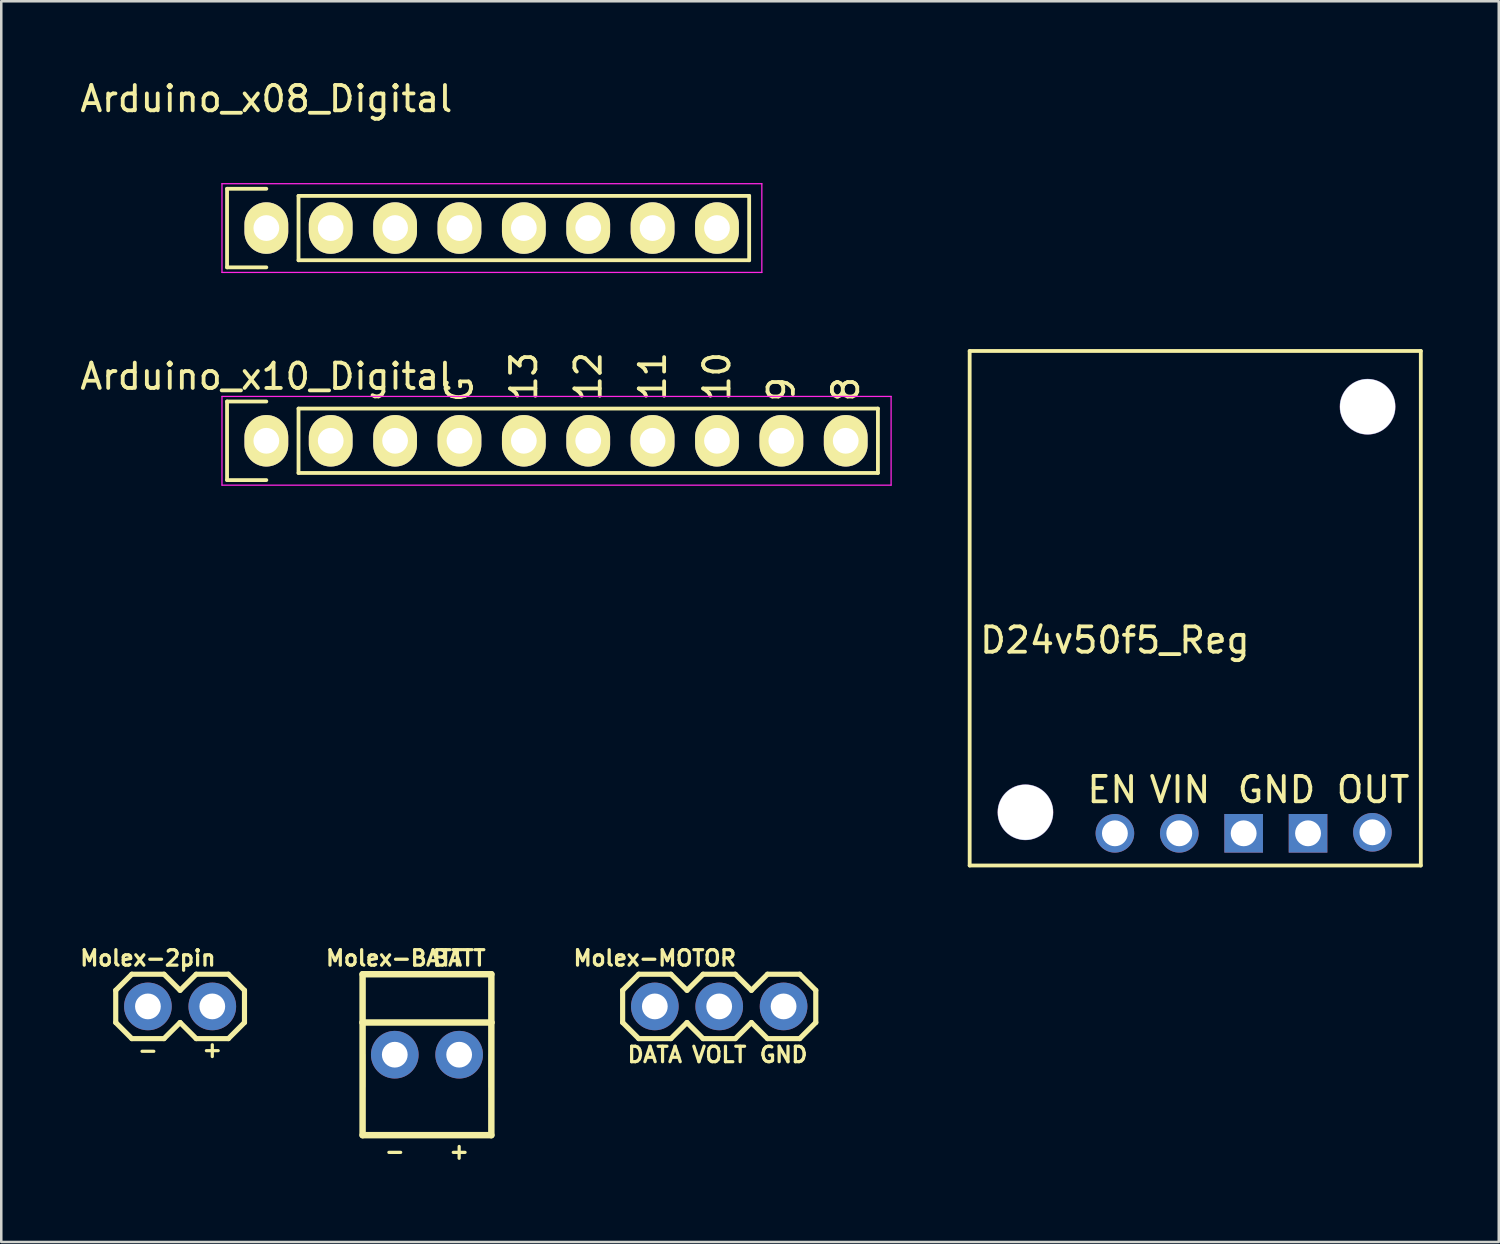
<source format=kicad_pcb>
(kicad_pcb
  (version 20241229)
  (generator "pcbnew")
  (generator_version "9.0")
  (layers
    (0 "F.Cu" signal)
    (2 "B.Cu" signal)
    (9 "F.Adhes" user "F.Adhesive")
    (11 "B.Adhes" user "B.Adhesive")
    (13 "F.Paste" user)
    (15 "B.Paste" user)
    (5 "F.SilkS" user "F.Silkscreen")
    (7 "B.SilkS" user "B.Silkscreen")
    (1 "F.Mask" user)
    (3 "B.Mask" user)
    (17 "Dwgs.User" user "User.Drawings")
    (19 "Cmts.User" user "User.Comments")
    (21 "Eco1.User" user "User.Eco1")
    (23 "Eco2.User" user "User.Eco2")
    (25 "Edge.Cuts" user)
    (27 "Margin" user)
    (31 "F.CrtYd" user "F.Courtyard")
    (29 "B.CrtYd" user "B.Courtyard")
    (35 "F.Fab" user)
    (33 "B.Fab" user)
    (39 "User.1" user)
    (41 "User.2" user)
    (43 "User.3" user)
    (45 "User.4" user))
  (footprint "Molex-MOTOR"
    (layer "F.Cu")
    (at 22.786 36.658)
    (property "Reference" "Molex-MOTOR" (at 0 -1.905 0) (layer "F.SilkS") (effects (font (size 0.61 0.61) (thickness 0.127))))
    (attr exclude_from_pos_files exclude_from_bom)
    (fp_line (start -1.27 -0.635) (end -1.27 0.635) (stroke (width 0.203) (type solid)) (layer "F.SilkS"))
    (fp_line (start -1.27 0.635) (end -0.635 1.27) (stroke (width 0.203) (type solid)) (layer "F.SilkS"))
    (fp_line (start -0.635 -1.27) (end -1.27 -0.635) (stroke (width 0.203) (type solid)) (layer "F.SilkS"))
    (fp_line (start -0.635 -1.27) (end 0.635 -1.27) (stroke (width 0.203) (type solid)) (layer "F.SilkS"))
    (fp_line (start 0.635 -1.27) (end 1.27 -0.635) (stroke (width 0.203) (type solid)) (layer "F.SilkS"))
    (fp_line (start 0.635 1.27) (end -0.635 1.27) (stroke (width 0.203) (type solid)) (layer "F.SilkS"))
    (fp_line (start 1.27 -0.635) (end 1.905 -1.27) (stroke (width 0.203) (type solid)) (layer "F.SilkS"))
    (fp_line (start 1.27 0.635) (end 0.635 1.27) (stroke (width 0.203) (type solid)) (layer "F.SilkS"))
    (fp_line (start 1.905 -1.27) (end 3.175 -1.27) (stroke (width 0.203) (type solid)) (layer "F.SilkS"))
    (fp_line (start 1.905 1.27) (end 1.27 0.635) (stroke (width 0.203) (type solid)) (layer "F.SilkS"))
    (fp_line (start 3.175 -1.27) (end 3.81 -0.635) (stroke (width 0.203) (type solid)) (layer "F.SilkS"))
    (fp_line (start 3.175 1.27) (end 1.905 1.27) (stroke (width 0.203) (type solid)) (layer "F.SilkS"))
    (fp_line (start 3.81 -0.635) (end 4.445 -1.27) (stroke (width 0.203) (type solid)) (layer "F.SilkS"))
    (fp_line (start 3.81 0.635) (end 3.175 1.27) (stroke (width 0.203) (type solid)) (layer "F.SilkS"))
    (fp_line (start 4.445 -1.27) (end 5.715 -1.27) (stroke (width 0.203) (type solid)) (layer "F.SilkS"))
    (fp_line (start 4.445 1.27) (end 3.81 0.635) (stroke (width 0.203) (type solid)) (layer "F.SilkS"))
    (fp_line (start 5.715 -1.27) (end 6.35 -0.635) (stroke (width 0.203) (type solid)) (layer "F.SilkS"))
    (fp_line (start 5.715 1.27) (end 4.445 1.27) (stroke (width 0.203) (type solid)) (layer "F.SilkS"))
    (fp_line (start 6.35 -0.635) (end 6.35 0.635) (stroke (width 0.203) (type solid)) (layer "F.SilkS"))
    (fp_line (start 6.35 0.635) (end 5.715 1.27) (stroke (width 0.203) (type solid)) (layer "F.SilkS"))
    (fp_line (start -0.254 -0.254) (end 0.254 -0.254) (stroke (width 0.066) (type solid)) (layer "Dwgs.User"))
    (fp_line (start -0.254 0.254) (end -0.254 -0.254) (stroke (width 0.066) (type solid)) (layer "Dwgs.User"))
    (fp_line (start -0.254 0.254) (end 0.254 0.254) (stroke (width 0.066) (type solid)) (layer "Dwgs.User"))
    (fp_line (start 0.254 0.254) (end 0.254 -0.254) (stroke (width 0.066) (type solid)) (layer "Dwgs.User"))
    (fp_line (start 2.286 -0.254) (end 2.794 -0.254) (stroke (width 0.066) (type solid)) (layer "Dwgs.User"))
    (fp_line (start 2.286 0.254) (end 2.286 -0.254) (stroke (width 0.066) (type solid)) (layer "Dwgs.User"))
    (fp_line (start 2.286 0.254) (end 2.794 0.254) (stroke (width 0.066) (type solid)) (layer "Dwgs.User"))
    (fp_line (start 2.794 0.254) (end 2.794 -0.254) (stroke (width 0.066) (type solid)) (layer "Dwgs.User"))
    (fp_line (start 4.826 -0.254) (end 5.334 -0.254) (stroke (width 0.066) (type solid)) (layer "Dwgs.User"))
    (fp_line (start 4.826 0.254) (end 4.826 -0.254) (stroke (width 0.066) (type solid)) (layer "Dwgs.User"))
    (fp_line (start 4.826 0.254) (end 5.334 0.254) (stroke (width 0.066) (type solid)) (layer "Dwgs.User"))
    (fp_line (start 5.334 0.254) (end 5.334 -0.254) (stroke (width 0.066) (type solid)) (layer "Dwgs.User"))
    (fp_text user "DATA" (at 0 1.905 0) (layer "F.SilkS") (effects (font (size 0.61 0.61) (thickness 0.127))))
    (fp_text user "VOLT" (at 2.54 1.905 0) (layer "F.SilkS") (effects (font (size 0.61 0.61) (thickness 0.127))))
    (fp_text user "GND" (at 5.08 1.905 0) (layer "F.SilkS") (effects (font (size 0.61 0.61) (thickness 0.127))))
    (pad "1" thru_hole circle (at 0 0) (size 1.88 1.88) (drill 1.016) (layers "*.Cu" "*.Mask"))
    (pad "2" thru_hole circle (at 2.54 0) (size 1.88 1.88) (drill 1.016) (layers "*.Cu" "*.Mask"))
    (pad "3" thru_hole circle (at 5.08 0) (size 1.88 1.88) (drill 1.016) (layers "*.Cu" "*.Mask")))
  (footprint "Arduino_x10_Digital"
    (layer "F.Cu")
    (at 7.458 14.341)
    (property "Reference" "Arduino_x10_Digital" (at 0 -2.54 0) (layer "F.SilkS") (effects (font (size 1 1) (thickness 0.15))))
    (attr through_hole)
    (fp_line (start -1.55 -1.55) (end -1.55 1.55) (stroke (width 0.15) (type solid)) (layer "F.SilkS"))
    (fp_line (start -1.55 1.55) (end 0 1.55) (stroke (width 0.15) (type solid)) (layer "F.SilkS"))
    (fp_line (start 0 -1.55) (end -1.55 -1.55) (stroke (width 0.15) (type solid)) (layer "F.SilkS"))
    (fp_line (start 1.27 1.27) (end 1.27 -1.27) (stroke (width 0.15) (type solid)) (layer "F.SilkS"))
    (fp_line (start 1.27 1.27) (end 24.13 1.27) (stroke (width 0.15) (type solid)) (layer "F.SilkS"))
    (fp_line (start 24.13 -1.27) (end 1.27 -1.27) (stroke (width 0.15) (type solid)) (layer "F.SilkS"))
    (fp_line (start 24.13 1.27) (end 24.13 -1.27) (stroke (width 0.15) (type solid)) (layer "F.SilkS"))
    (fp_line (start -1.75 -1.75) (end -1.75 1.75) (stroke (width 0.05) (type solid)) (layer "F.CrtYd"))
    (fp_line (start -1.75 -1.75) (end 24.65 -1.75) (stroke (width 0.05) (type solid)) (layer "F.CrtYd"))
    (fp_line (start -1.75 1.75) (end 24.65 1.75) (stroke (width 0.05) (type solid)) (layer "F.CrtYd"))
    (fp_line (start 24.65 -1.75) (end 24.65 1.75) (stroke (width 0.05) (type solid)) (layer "F.CrtYd"))
    (fp_text user "9" (at 20.32 -2.032 90) (layer "F.SilkS") (effects (font (size 1 1) (thickness 0.15))))
    (fp_text user "11" (at 15.24 -2.54 90) (layer "F.SilkS") (effects (font (size 1 1) (thickness 0.15))))
    (fp_text user "12" (at 12.7 -2.54 90) (layer "F.SilkS") (effects (font (size 1 1) (thickness 0.15))))
    (fp_text user "13" (at 10.16 -2.54 90) (layer "F.SilkS") (effects (font (size 1 1) (thickness 0.15))))
    (fp_text user "G" (at 7.62 -2.032 90) (layer "F.SilkS") (effects (font (size 1 1) (thickness 0.15))))
    (fp_text user "8" (at 22.86 -2.032 90) (layer "F.SilkS") (effects (font (size 1 1) (thickness 0.15))))
    (fp_text user "10" (at 17.78 -2.54 90) (layer "F.SilkS") (effects (font (size 1 1) (thickness 0.15))))
    (pad "8" thru_hole oval (at 22.86 0) (size 1.727 2.032) (drill 1.016) (layers "*.Cu" "*.Mask" "F.SilkS"))
    (pad "9(**)" thru_hole oval (at 20.32 0) (size 1.727 2.032) (drill 1.016) (layers "*.Cu" "*.Mask" "F.SilkS"))
    (pad "10(**/SS)" thru_hole oval (at 17.78 0) (size 1.727 2.032) (drill 1.016) (layers "*.Cu" "*.Mask" "F.SilkS"))
    (pad "11(**/MOSI)" thru_hole oval (at 15.24 0) (size 1.727 2.032) (drill 1.016) (layers "*.Cu" "*.Mask" "F.SilkS"))
    (pad "12(MISO)" thru_hole oval (at 12.7 0) (size 1.727 2.032) (drill 1.016) (layers "*.Cu" "*.Mask" "F.SilkS"))
    (pad "13(SCK)" thru_hole oval (at 10.16 0) (size 1.727 2.032) (drill 1.016) (layers "*.Cu" "*.Mask" "F.SilkS"))
    (pad "A4(SDA)" thru_hole oval (at 2.54 0) (size 1.727 2.032) (drill 1.016) (layers "*.Cu" "*.Mask" "F.SilkS"))
    (pad "A5(SCL)" thru_hole oval (at 0 0) (size 1.727 2.032) (drill 1.016) (layers "*.Cu" "*.Mask" "F.SilkS"))
    (pad "AREF" thru_hole oval (at 5.08 0) (size 1.727 2.032) (drill 1.016) (layers "*.Cu" "*.Mask" "F.SilkS"))
    (pad "GND" thru_hole oval (at 7.62 0) (size 1.727 2.032) (drill 1.016) (layers "*.Cu" "*.Mask" "F.SilkS")))
  (footprint "Arduino_x08_Digital"
    (layer "F.Cu")
    (at 7.458 5.948)
    (property "Reference" "Arduino_x08_Digital" (at 0 -5.1 0) (layer "F.SilkS") (effects (font (size 1 1) (thickness 0.15))))
    (attr through_hole)
    (fp_line (start -1.55 -1.55) (end -1.55 1.55) (stroke (width 0.15) (type solid)) (layer "F.SilkS"))
    (fp_line (start -1.55 1.55) (end 0 1.55) (stroke (width 0.15) (type solid)) (layer "F.SilkS"))
    (fp_line (start 0 -1.55) (end -1.55 -1.55) (stroke (width 0.15) (type solid)) (layer "F.SilkS"))
    (fp_line (start 1.27 1.27) (end 1.27 -1.27) (stroke (width 0.15) (type solid)) (layer "F.SilkS"))
    (fp_line (start 1.27 1.27) (end 19.05 1.27) (stroke (width 0.15) (type solid)) (layer "F.SilkS"))
    (fp_line (start 19.05 -1.27) (end 1.27 -1.27) (stroke (width 0.15) (type solid)) (layer "F.SilkS"))
    (fp_line (start 19.05 1.27) (end 19.05 -1.27) (stroke (width 0.15) (type solid)) (layer "F.SilkS"))
    (fp_line (start -1.75 -1.75) (end -1.75 1.75) (stroke (width 0.05) (type solid)) (layer "F.CrtYd"))
    (fp_line (start -1.75 -1.75) (end 19.55 -1.75) (stroke (width 0.05) (type solid)) (layer "F.CrtYd"))
    (fp_line (start -1.75 1.75) (end 19.55 1.75) (stroke (width 0.05) (type solid)) (layer "F.CrtYd"))
    (fp_line (start 19.55 -1.75) (end 19.55 1.75) (stroke (width 0.05) (type solid)) (layer "F.CrtYd"))
    (pad "0(Rx)" thru_hole oval (at 17.78 0) (size 1.727 2.032) (drill 1.016) (layers "*.Cu" "*.Mask" "F.SilkS"))
    (pad "1(Tx)" thru_hole oval (at 15.24 0) (size 1.727 2.032) (drill 1.016) (layers "*.Cu" "*.Mask" "F.SilkS"))
    (pad "2" thru_hole oval (at 12.7 0) (size 1.727 2.032) (drill 1.016) (layers "*.Cu" "*.Mask" "F.SilkS"))
    (pad "3(**)" thru_hole oval (at 10.16 0) (size 1.727 2.032) (drill 1.016) (layers "*.Cu" "*.Mask" "F.SilkS"))
    (pad "4" thru_hole oval (at 7.62 0) (size 1.727 2.032) (drill 1.016) (layers "*.Cu" "*.Mask" "F.SilkS"))
    (pad "5(**)" thru_hole oval (at 5.08 0) (size 1.727 2.032) (drill 1.016) (layers "*.Cu" "*.Mask" "F.SilkS"))
    (pad "6(**)" thru_hole oval (at 2.54 0) (size 1.727 2.032) (drill 1.016) (layers "*.Cu" "*.Mask" "F.SilkS"))
    (pad "7" thru_hole oval (at 0 0) (size 1.727 2.032) (drill 1.016) (layers "*.Cu" "*.Mask" "F.SilkS")))
  (footprint "Molex-BATT"
    (layer "F.Cu")
    (at 12.526 39.198)
    (property "Reference" "Molex-BATT" (at 0 -4.445 0) (layer "F.SilkS") (effects (font (size 0.61 0.61) (thickness 0.127))))
    (attr exclude_from_pos_files exclude_from_bom)
    (fp_line (start -1.27 -3.81) (end 3.81 -3.81) (stroke (width 0.254) (type solid)) (layer "F.SilkS"))
    (fp_line (start -1.27 -1.905) (end -1.27 -3.81) (stroke (width 0.254) (type solid)) (layer "F.SilkS"))
    (fp_line (start -1.27 -1.905) (end 3.81 -1.905) (stroke (width 0.254) (type solid)) (layer "F.SilkS"))
    (fp_line (start -1.27 -0.635) (end -1.27 0.635) (stroke (width 0.203) (type solid)) (layer "F.SilkS"))
    (fp_line (start -1.27 2.54) (end -1.27 -1.905) (stroke (width 0.254) (type solid)) (layer "F.SilkS"))
    (fp_line (start 3.81 -3.81) (end 3.81 -1.905) (stroke (width 0.254) (type solid)) (layer "F.SilkS"))
    (fp_line (start 3.81 -1.905) (end 3.81 2.54) (stroke (width 0.254) (type solid)) (layer "F.SilkS"))
    (fp_line (start 3.81 -0.635) (end 3.81 0.635) (stroke (width 0.203) (type solid)) (layer "F.SilkS"))
    (fp_line (start 3.81 2.54) (end -1.27 2.54) (stroke (width 0.254) (type solid)) (layer "F.SilkS"))
    (fp_text user "BATT" (at 2.54 -4.445 0) (layer "F.SilkS") (effects (font (size 0.61 0.61) (thickness 0.127))))
    (fp_text user "+" (at 2.54 3.175 0) (layer "F.SilkS") (effects (font (size 0.61 0.61) (thickness 0.127))))
    (fp_text user "-" (at 0 3.175 0) (layer "F.SilkS") (effects (font (size 0.61 0.61) (thickness 0.127))))
    (pad "1" thru_hole circle (at 0 -0.635) (size 1.88 1.88) (drill 1.016) (layers "*.Cu" "*.Mask"))
    (pad "2" thru_hole circle (at 2.54 -0.635) (size 1.88 1.88) (drill 1.016) (layers "*.Cu" "*.Mask")))
  (footprint "D24v50f5_Reg"
    (layer "F.Cu")
    (at 37.408 28.998)
    (property "Reference" "D24v50f5_Reg" (at 3.53 -6.79 0) (layer "F.SilkS") (effects (font (size 1 1) (thickness 0.15))))
    (attr through_hole)
    (fp_line (start -2.2 -18.2) (end 15.6 -18.2) (stroke (width 0.15) (type solid)) (layer "F.SilkS"))
    (fp_line (start -2.2 2.1) (end -2.2 -18.2) (stroke (width 0.15) (type solid)) (layer "F.SilkS"))
    (fp_line (start 15.6 -18.2) (end 15.6 2.1) (stroke (width 0.15) (type solid)) (layer "F.SilkS"))
    (fp_line (start 15.6 2.1) (end -2.2 2.1) (stroke (width 0.15) (type solid)) (layer "F.SilkS"))
    (fp_text user "VIN" (at 6.096 -0.889 0) (layer "F.SilkS") (effects (font (size 1 1) (thickness 0.15))))
    (fp_text user "EN" (at 3.429 -0.889 0) (layer "F.SilkS") (effects (font (size 1 1) (thickness 0.15))))
    (fp_text user "GND" (at 9.906 -0.889 0) (layer "F.SilkS") (effects (font (size 1 1) (thickness 0.15))))
    (fp_text user "OUT" (at 13.716 -0.889 0) (layer "F.SilkS") (effects (font (size 1 1) (thickness 0.15))))
    (pad "" np_thru_hole circle (at 0 0) (size 2.2 2.2) (drill 2.18) (layers "*.Cu" "*.Mask"))
    (pad "" np_thru_hole circle (at 13.5 -16) (size 2.2 2.2) (drill 2.18) (layers "*.Cu" "*.Mask"))
    (pad "1" thru_hole circle (at 3.53 0.83) (size 1.524 1.524) (drill 1.02) (layers "*.Cu" "*.Mask"))
    (pad "2" thru_hole circle (at 6.07 0.83) (size 1.524 1.524) (drill 1.02) (layers "*.Cu" "*.Mask"))
    (pad "3" thru_hole rect (at 8.61 0.83) (size 1.524 1.524) (drill 1.02) (layers "*.Cu" "*.Mask"))
    (pad "4" thru_hole rect (at 11.15 0.83) (size 1.524 1.524) (drill 1.02) (layers "*.Cu" "*.Mask"))
    (pad "5" thru_hole circle (at 13.69 0.79) (size 1.524 1.524) (drill 1.02) (layers "*.Cu" "*.Mask")))
  (footprint "Molex-2pin"
    (layer "F.Cu")
    (at 2.786 36.658)
    (property "Reference" "Molex-2pin" (at 0 -1.905 0) (layer "F.SilkS") (effects (font (size 0.61 0.61) (thickness 0.127))))
    (attr exclude_from_pos_files exclude_from_bom)
    (fp_line (start -1.27 -0.635) (end -1.27 0.635) (stroke (width 0.203) (type solid)) (layer "F.SilkS"))
    (fp_line (start -1.27 0.635) (end -0.635 1.27) (stroke (width 0.203) (type solid)) (layer "F.SilkS"))
    (fp_line (start -0.635 -1.27) (end -1.27 -0.635) (stroke (width 0.203) (type solid)) (layer "F.SilkS"))
    (fp_line (start -0.635 -1.27) (end 0.635 -1.27) (stroke (width 0.203) (type solid)) (layer "F.SilkS"))
    (fp_line (start 0.635 -1.27) (end 1.27 -0.635) (stroke (width 0.203) (type solid)) (layer "F.SilkS"))
    (fp_line (start 0.635 1.27) (end -0.635 1.27) (stroke (width 0.203) (type solid)) (layer "F.SilkS"))
    (fp_line (start 1.27 -0.635) (end 1.905 -1.27) (stroke (width 0.203) (type solid)) (layer "F.SilkS"))
    (fp_line (start 1.27 0.635) (end 0.635 1.27) (stroke (width 0.203) (type solid)) (layer "F.SilkS"))
    (fp_line (start 1.905 -1.27) (end 3.175 -1.27) (stroke (width 0.203) (type solid)) (layer "F.SilkS"))
    (fp_line (start 1.905 1.27) (end 1.27 0.635) (stroke (width 0.203) (type solid)) (layer "F.SilkS"))
    (fp_line (start 3.175 -1.27) (end 3.81 -0.635) (stroke (width 0.203) (type solid)) (layer "F.SilkS"))
    (fp_line (start 3.175 1.27) (end 1.905 1.27) (stroke (width 0.203) (type solid)) (layer "F.SilkS"))
    (fp_line (start 3.81 -0.635) (end 3.81 0.635) (stroke (width 0.203) (type solid)) (layer "F.SilkS"))
    (fp_line (start 3.81 0.635) (end 3.175 1.27) (stroke (width 0.203) (type solid)) (layer "F.SilkS"))
    (fp_text user "-" (at 0 1.727 0) (layer "F.SilkS") (effects (font (size 0.61 0.61) (thickness 0.127))))
    (fp_text user "+" (at 2.54 1.702 0) (layer "F.SilkS") (effects (font (size 0.61 0.61) (thickness 0.127))))
    (pad "1" thru_hole circle (at 0 0) (size 1.88 1.88) (drill 1.016) (layers "*.Cu" "*.Mask"))
    (pad "2" thru_hole circle (at 2.54 0) (size 1.88 1.88) (drill 1.016) (layers "*.Cu" "*.Mask")))
  (gr_rect
    (start -3 -3)
    (end 56.083 45.952)
    (stroke (width 0.1) (type default))
    (fill no)
    (layer "Edge.Cuts")))
</source>
